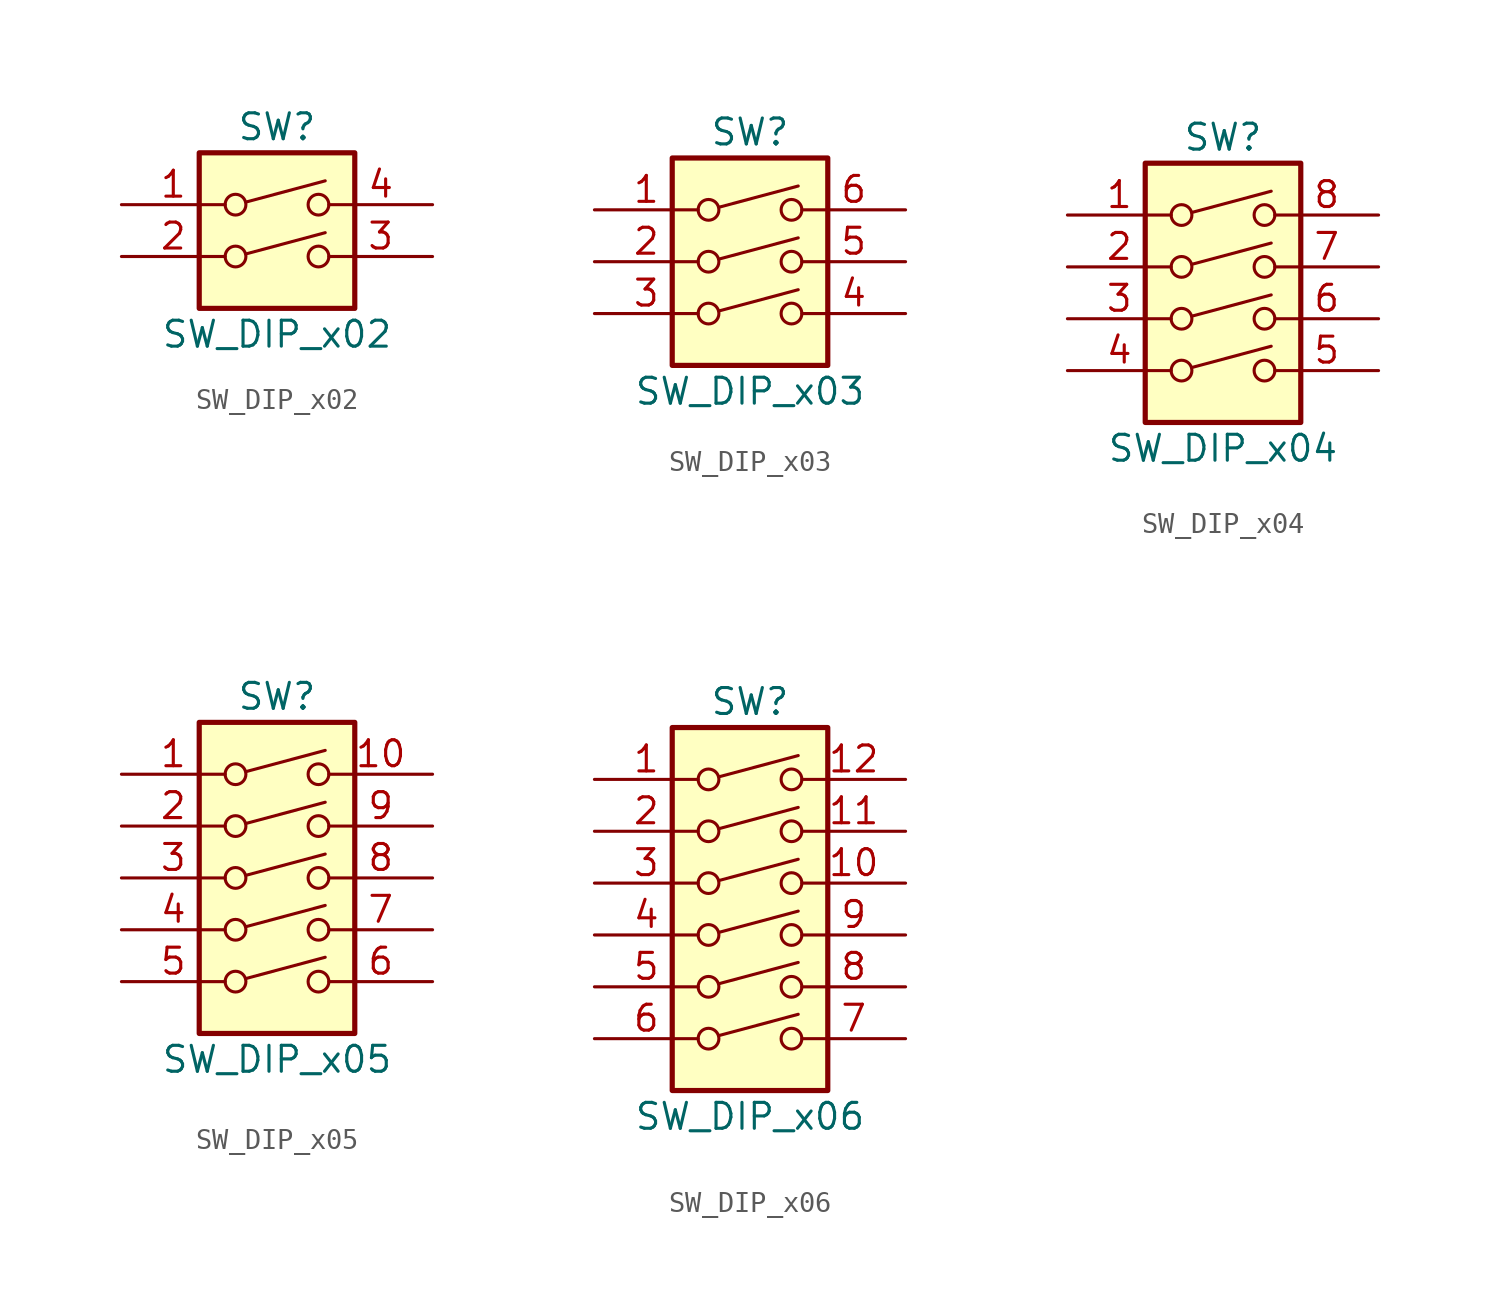
<source format=kicad_sym>
(kicad_symbol_lib
  (version 20201005)
  (generator kicad_symbol_editor)
  (symbol "Switch:SW_DIP_x02"
    (pin_names
      (offset 0) hide)
    (property "Reference" "SW"
      (at 0 6.35 0)
      (effects (font (size 1.27 1.27))))
    (property "Value" "SW_DIP_x02"
      (at 0 -3.81 0)
      (effects (font (size 1.27 1.27))))
    (symbol "SW_DIP_x02_0_0"
      (circle (center -2.032 0) (radius 0.508) (stroke (width 0)) (fill (type none)))
      (circle (center -2.032 2.54) (radius 0.508) (stroke (width 0)) (fill (type none)))
      (circle (center 2.032 0) (radius 0.508) (stroke (width 0)) (fill (type none)))
      (circle (center 2.032 2.54) (radius 0.508) (stroke (width 0)) (fill (type none)))
      (polyline (pts (xy -1.524 0.127) (xy 2.362 1.168)) (stroke (width 0)) (fill (type none)))
      (polyline (pts (xy -1.524 2.667) (xy 2.362 3.708)) (stroke (width 0)) (fill (type none))))
    (symbol "SW_DIP_x02_0_1"
      (rectangle (start -3.81 5.08) (end 3.81 -2.54) (stroke (width 0.254)) (fill (type background))))
    (symbol "SW_DIP_x02_1_1"
      (pin passive line (at -7.62 2.54 0) (length 5.08) (name "~" (effects (font (size 1.27 1.27)))) (number "1" (effects (font (size 1.27 1.27)))))
      (pin passive line (at -7.62 0 0) (length 5.08) (name "~" (effects (font (size 1.27 1.27)))) (number "2" (effects (font (size 1.27 1.27)))))
      (pin passive line (at 7.62 0 180) (length 5.08) (name "~" (effects (font (size 1.27 1.27)))) (number "3" (effects (font (size 1.27 1.27)))))
      (pin passive line (at 7.62 2.54 180) (length 5.08) (name "~" (effects (font (size 1.27 1.27)))) (number "4" (effects (font (size 1.27 1.27)))))))
  (symbol "Switch:SW_DIP_x03"
    (pin_names
      (offset 0) hide)
    (property "Reference" "SW"
      (at 0 8.89 0)
      (effects (font (size 1.27 1.27))))
    (property "Value" "SW_DIP_x03"
      (at 0 -3.81 0)
      (effects (font (size 1.27 1.27))))
    (symbol "SW_DIP_x03_0_0"
      (circle (center -2.032 0) (radius 0.508) (stroke (width 0)) (fill (type none)))
      (circle (center -2.032 2.54) (radius 0.508) (stroke (width 0)) (fill (type none)))
      (circle (center -2.032 5.08) (radius 0.508) (stroke (width 0)) (fill (type none)))
      (circle (center 2.032 0) (radius 0.508) (stroke (width 0)) (fill (type none)))
      (circle (center 2.032 2.54) (radius 0.508) (stroke (width 0)) (fill (type none)))
      (circle (center 2.032 5.08) (radius 0.508) (stroke (width 0)) (fill (type none)))
      (polyline (pts (xy -1.524 0.127) (xy 2.362 1.168)) (stroke (width 0)) (fill (type none)))
      (polyline (pts (xy -1.524 2.667) (xy 2.362 3.708)) (stroke (width 0)) (fill (type none)))
      (polyline (pts (xy -1.524 5.207) (xy 2.362 6.248)) (stroke (width 0)) (fill (type none))))
    (symbol "SW_DIP_x03_0_1"
      (rectangle (start -3.81 7.62) (end 3.81 -2.54) (stroke (width 0.254)) (fill (type background))))
    (symbol "SW_DIP_x03_1_1"
      (pin passive line (at -7.62 5.08 0) (length 5.08) (name "~" (effects (font (size 1.27 1.27)))) (number "1" (effects (font (size 1.27 1.27)))))
      (pin passive line (at -7.62 2.54 0) (length 5.08) (name "~" (effects (font (size 1.27 1.27)))) (number "2" (effects (font (size 1.27 1.27)))))
      (pin passive line (at -7.62 0 0) (length 5.08) (name "~" (effects (font (size 1.27 1.27)))) (number "3" (effects (font (size 1.27 1.27)))))
      (pin passive line (at 7.62 0 180) (length 5.08) (name "~" (effects (font (size 1.27 1.27)))) (number "4" (effects (font (size 1.27 1.27)))))
      (pin passive line (at 7.62 2.54 180) (length 5.08) (name "~" (effects (font (size 1.27 1.27)))) (number "5" (effects (font (size 1.27 1.27)))))
      (pin passive line (at 7.62 5.08 180) (length 5.08) (name "~" (effects (font (size 1.27 1.27)))) (number "6" (effects (font (size 1.27 1.27)))))))
  (symbol "Switch:SW_DIP_x04"
    (pin_names
      (offset 0) hide)
    (property "Reference" "SW"
      (at 0 8.89 0)
      (effects (font (size 1.27 1.27))))
    (property "Value" "SW_DIP_x04"
      (at 0 -6.35 0)
      (effects (font (size 1.27 1.27))))
    (symbol "SW_DIP_x04_0_0"
      (circle (center -2.032 -2.54) (radius 0.508) (stroke (width 0)) (fill (type none)))
      (circle (center -2.032 0) (radius 0.508) (stroke (width 0)) (fill (type none)))
      (circle (center -2.032 2.54) (radius 0.508) (stroke (width 0)) (fill (type none)))
      (circle (center -2.032 5.08) (radius 0.508) (stroke (width 0)) (fill (type none)))
      (circle (center 2.032 -2.54) (radius 0.508) (stroke (width 0)) (fill (type none)))
      (circle (center 2.032 0) (radius 0.508) (stroke (width 0)) (fill (type none)))
      (circle (center 2.032 2.54) (radius 0.508) (stroke (width 0)) (fill (type none)))
      (circle (center 2.032 5.08) (radius 0.508) (stroke (width 0)) (fill (type none)))
      (polyline (pts (xy -1.524 -2.388) (xy 2.362 -1.346)) (stroke (width 0)) (fill (type none)))
      (polyline (pts (xy -1.524 0.127) (xy 2.362 1.168)) (stroke (width 0)) (fill (type none)))
      (polyline (pts (xy -1.524 2.667) (xy 2.362 3.708)) (stroke (width 0)) (fill (type none)))
      (polyline (pts (xy -1.524 5.207) (xy 2.362 6.248)) (stroke (width 0)) (fill (type none))))
    (symbol "SW_DIP_x04_0_1"
      (rectangle (start -3.81 7.62) (end 3.81 -5.08) (stroke (width 0.254)) (fill (type background))))
    (symbol "SW_DIP_x04_1_1"
      (pin passive line (at -7.62 5.08 0) (length 5.08) (name "~" (effects (font (size 1.27 1.27)))) (number "1" (effects (font (size 1.27 1.27)))))
      (pin passive line (at -7.62 2.54 0) (length 5.08) (name "~" (effects (font (size 1.27 1.27)))) (number "2" (effects (font (size 1.27 1.27)))))
      (pin passive line (at -7.62 0 0) (length 5.08) (name "~" (effects (font (size 1.27 1.27)))) (number "3" (effects (font (size 1.27 1.27)))))
      (pin passive line (at -7.62 -2.54 0) (length 5.08) (name "~" (effects (font (size 1.27 1.27)))) (number "4" (effects (font (size 1.27 1.27)))))
      (pin passive line (at 7.62 -2.54 180) (length 5.08) (name "~" (effects (font (size 1.27 1.27)))) (number "5" (effects (font (size 1.27 1.27)))))
      (pin passive line (at 7.62 0 180) (length 5.08) (name "~" (effects (font (size 1.27 1.27)))) (number "6" (effects (font (size 1.27 1.27)))))
      (pin passive line (at 7.62 2.54 180) (length 5.08) (name "~" (effects (font (size 1.27 1.27)))) (number "7" (effects (font (size 1.27 1.27)))))
      (pin passive line (at 7.62 5.08 180) (length 5.08) (name "~" (effects (font (size 1.27 1.27)))) (number "8" (effects (font (size 1.27 1.27)))))))
  (symbol "Switch:SW_DIP_x05"
    (pin_names
      (offset 0) hide)
    (property "Reference" "SW"
      (at 0 8.89 0)
      (effects (font (size 1.27 1.27))))
    (property "Value" "SW_DIP_x05"
      (at 0 -8.89 0)
      (effects (font (size 1.27 1.27))))
    (symbol "SW_DIP_x05_0_0"
      (circle (center -2.032 -5.08) (radius 0.508) (stroke (width 0)) (fill (type none)))
      (circle (center -2.032 -2.54) (radius 0.508) (stroke (width 0)) (fill (type none)))
      (circle (center -2.032 0) (radius 0.508) (stroke (width 0)) (fill (type none)))
      (circle (center -2.032 2.54) (radius 0.508) (stroke (width 0)) (fill (type none)))
      (circle (center -2.032 5.08) (radius 0.508) (stroke (width 0)) (fill (type none)))
      (circle (center 2.032 -5.08) (radius 0.508) (stroke (width 0)) (fill (type none)))
      (circle (center 2.032 -2.54) (radius 0.508) (stroke (width 0)) (fill (type none)))
      (circle (center 2.032 0) (radius 0.508) (stroke (width 0)) (fill (type none)))
      (circle (center 2.032 2.54) (radius 0.508) (stroke (width 0)) (fill (type none)))
      (circle (center 2.032 5.08) (radius 0.508) (stroke (width 0)) (fill (type none)))
      (polyline (pts (xy -1.524 -4.928) (xy 2.362 -3.886)) (stroke (width 0)) (fill (type none)))
      (polyline (pts (xy -1.524 -2.388) (xy 2.362 -1.346)) (stroke (width 0)) (fill (type none)))
      (polyline (pts (xy -1.524 0.127) (xy 2.362 1.168)) (stroke (width 0)) (fill (type none)))
      (polyline (pts (xy -1.524 2.667) (xy 2.362 3.708)) (stroke (width 0)) (fill (type none)))
      (polyline (pts (xy -1.524 5.207) (xy 2.362 6.248)) (stroke (width 0)) (fill (type none))))
    (symbol "SW_DIP_x05_0_1"
      (rectangle (start -3.81 7.62) (end 3.81 -7.62) (stroke (width 0.254)) (fill (type background))))
    (symbol "SW_DIP_x05_1_1"
      (pin passive line (at -7.62 5.08 0) (length 5.08) (name "~" (effects (font (size 1.27 1.27)))) (number "1" (effects (font (size 1.27 1.27)))))
      (pin passive line (at 7.62 5.08 180) (length 5.08) (name "~" (effects (font (size 1.27 1.27)))) (number "10" (effects (font (size 1.27 1.27)))))
      (pin passive line (at -7.62 2.54 0) (length 5.08) (name "~" (effects (font (size 1.27 1.27)))) (number "2" (effects (font (size 1.27 1.27)))))
      (pin passive line (at -7.62 0 0) (length 5.08) (name "~" (effects (font (size 1.27 1.27)))) (number "3" (effects (font (size 1.27 1.27)))))
      (pin passive line (at -7.62 -2.54 0) (length 5.08) (name "~" (effects (font (size 1.27 1.27)))) (number "4" (effects (font (size 1.27 1.27)))))
      (pin passive line (at -7.62 -5.08 0) (length 5.08) (name "~" (effects (font (size 1.27 1.27)))) (number "5" (effects (font (size 1.27 1.27)))))
      (pin passive line (at 7.62 -5.08 180) (length 5.08) (name "~" (effects (font (size 1.27 1.27)))) (number "6" (effects (font (size 1.27 1.27)))))
      (pin passive line (at 7.62 -2.54 180) (length 5.08) (name "~" (effects (font (size 1.27 1.27)))) (number "7" (effects (font (size 1.27 1.27)))))
      (pin passive line (at 7.62 0 180) (length 5.08) (name "~" (effects (font (size 1.27 1.27)))) (number "8" (effects (font (size 1.27 1.27)))))
      (pin passive line (at 7.62 2.54 180) (length 5.08) (name "~" (effects (font (size 1.27 1.27)))) (number "9" (effects (font (size 1.27 1.27)))))))
  (symbol "Switch:SW_DIP_x06"
    (pin_names
      (offset 0) hide)
    (property "Reference" "SW"
      (at 0 11.43 0)
      (effects (font (size 1.27 1.27))))
    (property "Value" "SW_DIP_x06"
      (at 0 -8.89 0)
      (effects (font (size 1.27 1.27))))
    (symbol "SW_DIP_x06_0_0"
      (circle (center -2.032 -5.08) (radius 0.508) (stroke (width 0)) (fill (type none)))
      (circle (center -2.032 -2.54) (radius 0.508) (stroke (width 0)) (fill (type none)))
      (circle (center -2.032 0) (radius 0.508) (stroke (width 0)) (fill (type none)))
      (circle (center -2.032 2.54) (radius 0.508) (stroke (width 0)) (fill (type none)))
      (circle (center -2.032 5.08) (radius 0.508) (stroke (width 0)) (fill (type none)))
      (circle (center -2.032 7.62) (radius 0.508) (stroke (width 0)) (fill (type none)))
      (circle (center 2.032 -5.08) (radius 0.508) (stroke (width 0)) (fill (type none)))
      (circle (center 2.032 -2.54) (radius 0.508) (stroke (width 0)) (fill (type none)))
      (circle (center 2.032 0) (radius 0.508) (stroke (width 0)) (fill (type none)))
      (circle (center 2.032 2.54) (radius 0.508) (stroke (width 0)) (fill (type none)))
      (circle (center 2.032 5.08) (radius 0.508) (stroke (width 0)) (fill (type none)))
      (circle (center 2.032 7.62) (radius 0.508) (stroke (width 0)) (fill (type none)))
      (polyline (pts (xy -1.524 -4.928) (xy 2.362 -3.886)) (stroke (width 0)) (fill (type none)))
      (polyline (pts (xy -1.524 -2.388) (xy 2.362 -1.346)) (stroke (width 0)) (fill (type none)))
      (polyline (pts (xy -1.524 0.127) (xy 2.362 1.168)) (stroke (width 0)) (fill (type none)))
      (polyline (pts (xy -1.524 2.667) (xy 2.362 3.708)) (stroke (width 0)) (fill (type none)))
      (polyline (pts (xy -1.524 5.207) (xy 2.362 6.248)) (stroke (width 0)) (fill (type none)))
      (polyline (pts (xy -1.524 7.747) (xy 2.362 8.788)) (stroke (width 0)) (fill (type none))))
    (symbol "SW_DIP_x06_0_1"
      (rectangle (start -3.81 10.16) (end 3.81 -7.62) (stroke (width 0.254)) (fill (type background))))
    (symbol "SW_DIP_x06_1_1"
      (pin passive line (at -7.62 7.62 0) (length 5.08) (name "~" (effects (font (size 1.27 1.27)))) (number "1" (effects (font (size 1.27 1.27)))))
      (pin passive line (at 7.62 2.54 180) (length 5.08) (name "~" (effects (font (size 1.27 1.27)))) (number "10" (effects (font (size 1.27 1.27)))))
      (pin passive line (at 7.62 5.08 180) (length 5.08) (name "~" (effects (font (size 1.27 1.27)))) (number "11" (effects (font (size 1.27 1.27)))))
      (pin passive line (at 7.62 7.62 180) (length 5.08) (name "~" (effects (font (size 1.27 1.27)))) (number "12" (effects (font (size 1.27 1.27)))))
      (pin passive line (at -7.62 5.08 0) (length 5.08) (name "~" (effects (font (size 1.27 1.27)))) (number "2" (effects (font (size 1.27 1.27)))))
      (pin passive line (at -7.62 2.54 0) (length 5.08) (name "~" (effects (font (size 1.27 1.27)))) (number "3" (effects (font (size 1.27 1.27)))))
      (pin passive line (at -7.62 0 0) (length 5.08) (name "~" (effects (font (size 1.27 1.27)))) (number "4" (effects (font (size 1.27 1.27)))))
      (pin passive line (at -7.62 -2.54 0) (length 5.08) (name "~" (effects (font (size 1.27 1.27)))) (number "5" (effects (font (size 1.27 1.27)))))
      (pin passive line (at -7.62 -5.08 0) (length 5.08) (name "~" (effects (font (size 1.27 1.27)))) (number "6" (effects (font (size 1.27 1.27)))))
      (pin passive line (at 7.62 -5.08 180) (length 5.08) (name "~" (effects (font (size 1.27 1.27)))) (number "7" (effects (font (size 1.27 1.27)))))
      (pin passive line (at 7.62 -2.54 180) (length 5.08) (name "~" (effects (font (size 1.27 1.27)))) (number "8" (effects (font (size 1.27 1.27)))))
      (pin passive line (at 7.62 0 180) (length 5.08) (name "~" (effects (font (size 1.27 1.27)))) (number "9" (effects (font (size 1.27 1.27))))))))
</source>
